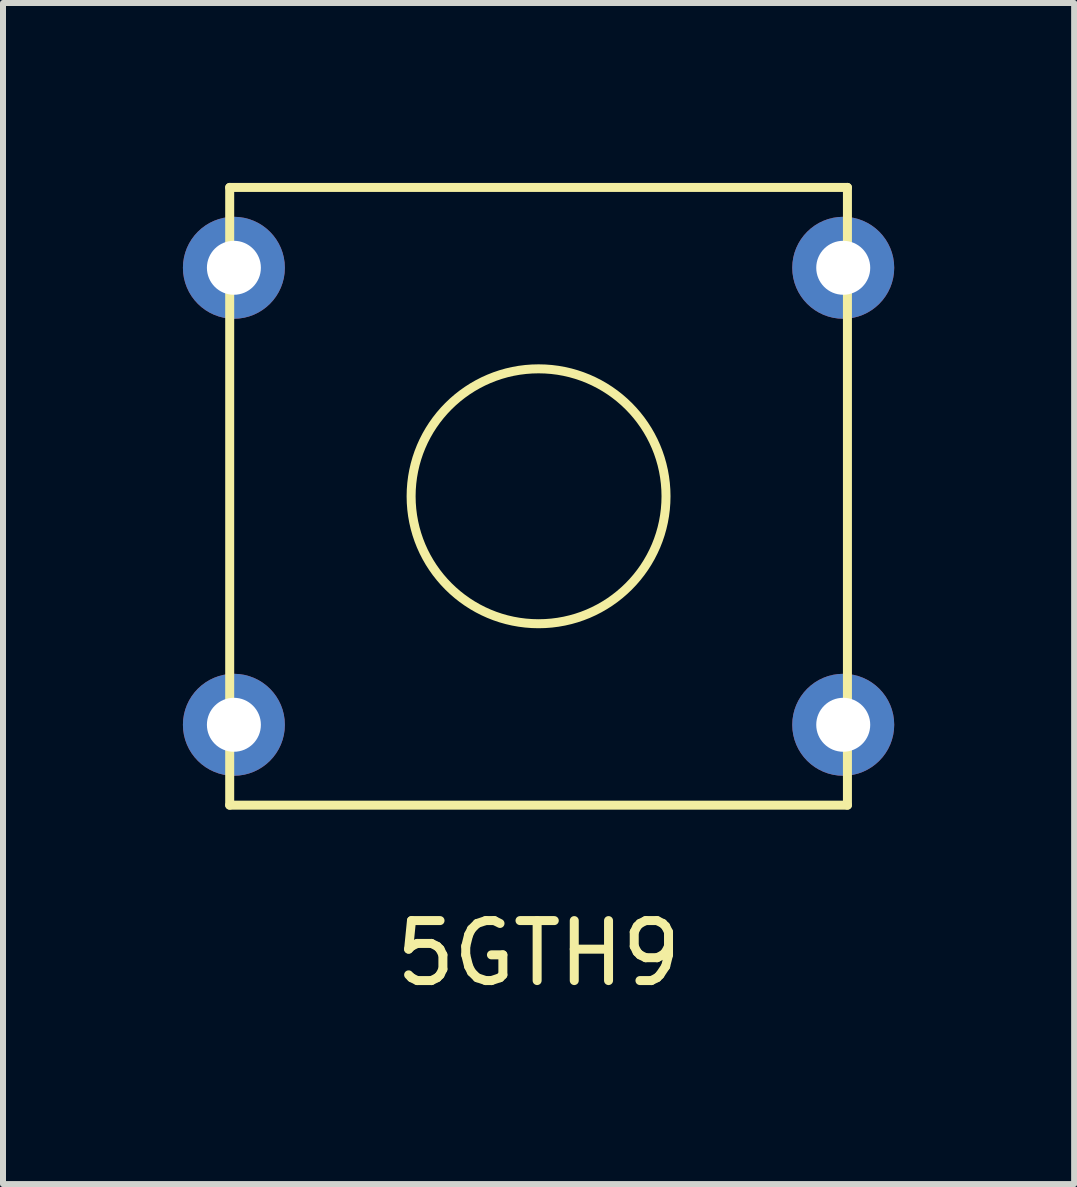
<source format=kicad_pcb>
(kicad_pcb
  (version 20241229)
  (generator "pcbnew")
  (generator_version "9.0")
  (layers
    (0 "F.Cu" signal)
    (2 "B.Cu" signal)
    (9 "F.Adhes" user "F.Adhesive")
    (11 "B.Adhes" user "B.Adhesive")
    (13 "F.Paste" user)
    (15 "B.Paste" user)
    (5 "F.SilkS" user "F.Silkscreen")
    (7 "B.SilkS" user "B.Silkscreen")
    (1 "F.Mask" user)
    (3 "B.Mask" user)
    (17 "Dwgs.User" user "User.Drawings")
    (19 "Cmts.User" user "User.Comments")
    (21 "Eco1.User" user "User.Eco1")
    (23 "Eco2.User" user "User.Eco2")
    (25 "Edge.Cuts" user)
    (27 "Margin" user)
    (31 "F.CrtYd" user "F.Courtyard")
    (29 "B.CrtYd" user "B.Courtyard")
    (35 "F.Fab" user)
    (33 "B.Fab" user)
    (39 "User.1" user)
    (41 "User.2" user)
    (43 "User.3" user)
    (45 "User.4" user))
  (footprint "5GTH9"
    (layer "F.Cu")
    (at 5.93 5.225)
    (property "Reference" "5GTH9" (at 0 7.62 0) (layer "F.SilkS") (effects (font (size 1 1) (thickness 0.15))))
    (attr through_hole)
    (fp_line (start -5.15 -5.15) (end -5.15 5.15) (stroke (width 0.15) (type solid)) (layer "F.SilkS"))
    (fp_line (start -5.15 5.15) (end 5.15 5.15) (stroke (width 0.15) (type solid)) (layer "F.SilkS"))
    (fp_line (start 5.15 -5.15) (end -5.15 -5.15) (stroke (width 0.15) (type solid)) (layer "F.SilkS"))
    (fp_line (start 5.15 5.15) (end 5.15 -5.15) (stroke (width 0.15) (type solid)) (layer "F.SilkS"))
    (fp_circle (center 0 0) (end 2.125 0.025) (stroke (width 0.15) (type solid)) (fill no) (layer "F.SilkS"))
    (pad "1" thru_hole circle (at 5.08 -3.81) (size 1.7 1.7) (drill 0.9) (layers "*.Cu" "*.Mask"))
    (pad "2" thru_hole circle (at -5.08 -3.81) (size 1.7 1.7) (drill 0.9) (layers "*.Cu" "*.Mask"))
    (pad "3" thru_hole circle (at 5.08 3.81) (size 1.7 1.7) (drill 0.9) (layers "*.Cu" "*.Mask"))
    (pad "4" thru_hole circle (at -5.08 3.81) (size 1.7 1.7) (drill 0.9) (layers "*.Cu" "*.Mask")))
  (gr_rect
    (start -3 -3)
    (end 14.86 16.693)
    (stroke (width 0.1) (type default))
    (fill no)
    (layer "Edge.Cuts")))
</source>
